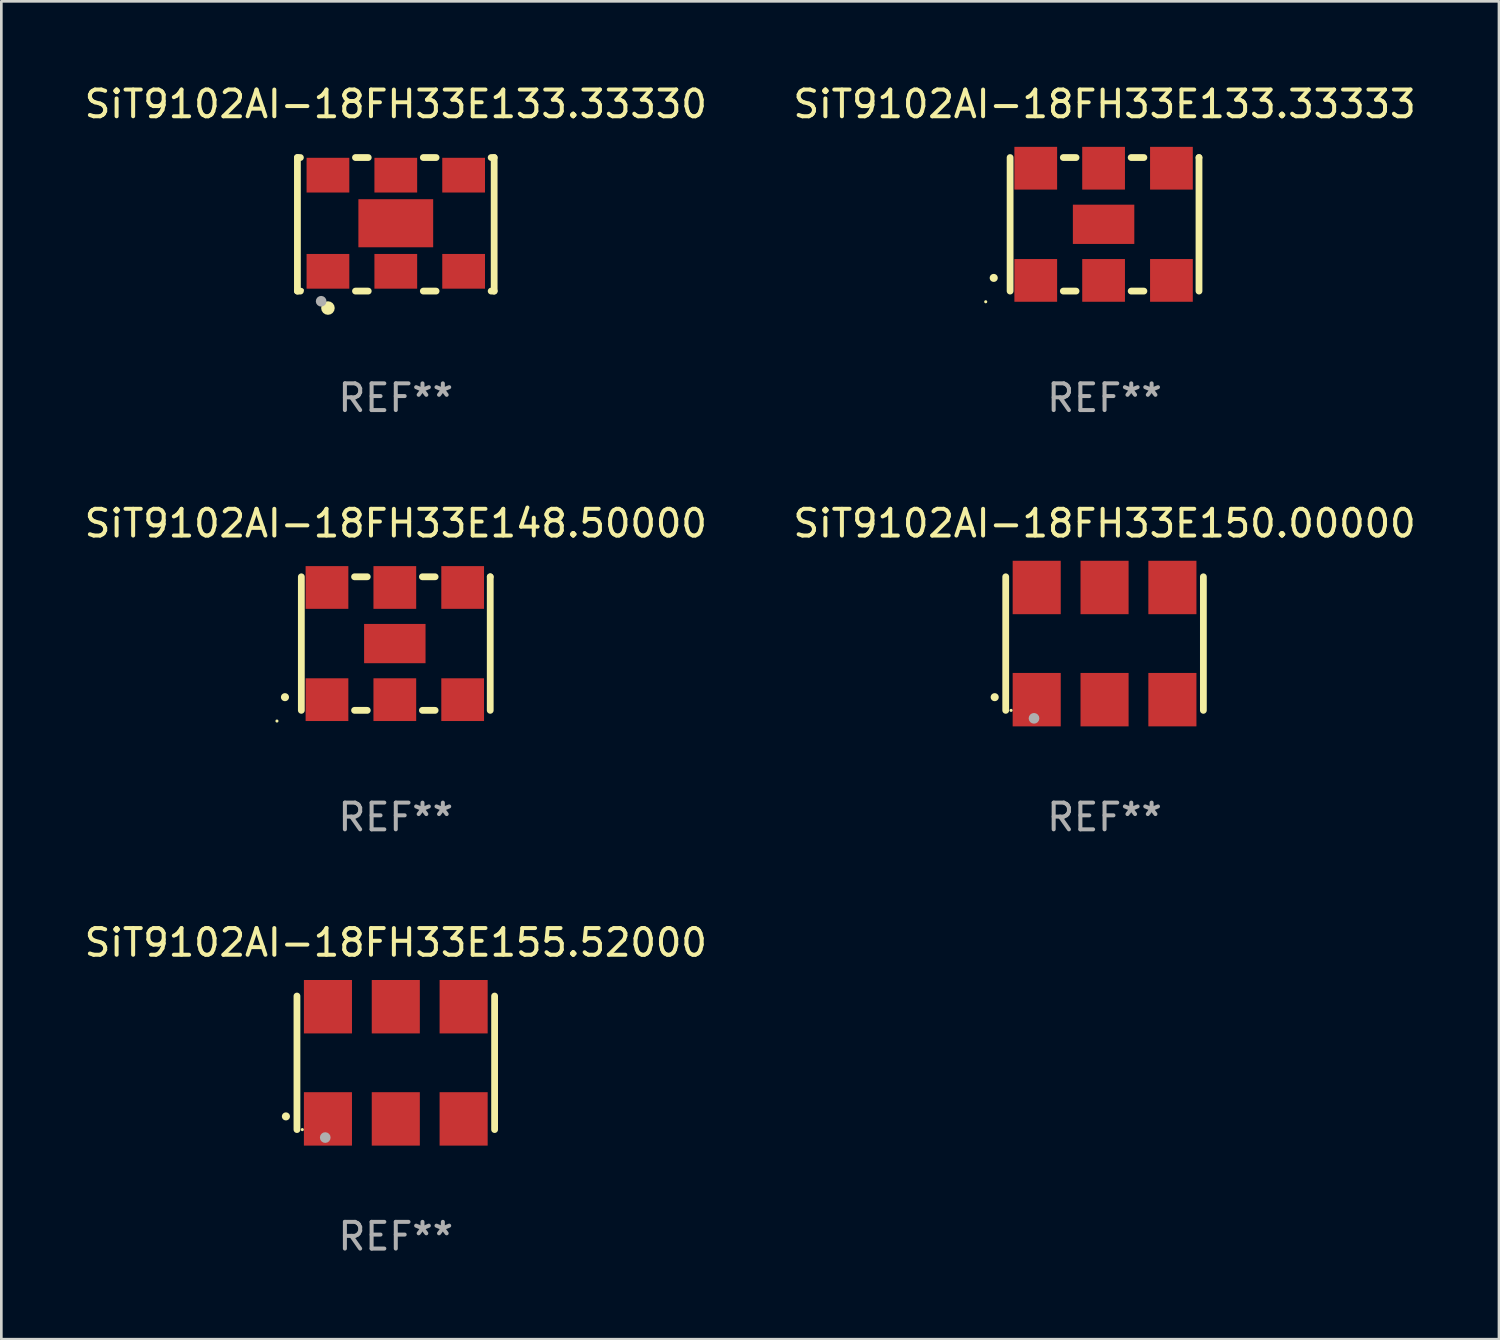
<source format=kicad_pcb>
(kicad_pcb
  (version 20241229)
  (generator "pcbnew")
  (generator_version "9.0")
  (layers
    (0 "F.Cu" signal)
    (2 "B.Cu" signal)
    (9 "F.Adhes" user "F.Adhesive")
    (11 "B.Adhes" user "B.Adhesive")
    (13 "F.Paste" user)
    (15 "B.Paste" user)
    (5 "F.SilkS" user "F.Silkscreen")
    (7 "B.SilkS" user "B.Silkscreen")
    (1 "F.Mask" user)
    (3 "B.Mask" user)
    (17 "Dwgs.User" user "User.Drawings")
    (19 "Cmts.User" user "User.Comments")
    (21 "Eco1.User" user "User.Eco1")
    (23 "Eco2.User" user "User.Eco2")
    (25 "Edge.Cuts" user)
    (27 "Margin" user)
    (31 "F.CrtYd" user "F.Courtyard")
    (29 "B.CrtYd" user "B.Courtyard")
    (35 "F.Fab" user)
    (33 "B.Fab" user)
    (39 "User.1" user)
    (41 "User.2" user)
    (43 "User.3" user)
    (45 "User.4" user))
  (footprint "SiT9102AI-18FH33E133.33330"
    (layer "F.Cu")
    (at 11.768 5.348)
    (property "Reference" "SiT9102AI-18FH33E133.33330" (at 0 -4.5 0) (layer "F.SilkS") (effects (font (size 1 1) (thickness 0.15))))
    (attr through_hole)
    (fp_line (start -3.683 -2.5) (end -3.571 -2.5) (stroke (width 0.254) (type solid)) (layer "F.SilkS"))
    (fp_line (start -3.683 2.5) (end -3.683 -2.5) (stroke (width 0.254) (type solid)) (layer "F.SilkS"))
    (fp_line (start -3.683 2.5) (end -3.571 2.5) (stroke (width 0.254) (type solid)) (layer "F.SilkS"))
    (fp_line (start -1.509 -2.5) (end -1.031 -2.5) (stroke (width 0.254) (type solid)) (layer "F.SilkS"))
    (fp_line (start -1.509 2.5) (end -1.031 2.5) (stroke (width 0.254) (type solid)) (layer "F.SilkS"))
    (fp_line (start 1.031 -2.5) (end 1.509 -2.5) (stroke (width 0.254) (type solid)) (layer "F.SilkS"))
    (fp_line (start 1.031 2.5) (end 1.509 2.5) (stroke (width 0.254) (type solid)) (layer "F.SilkS"))
    (fp_line (start 3.571 -2.5) (end 3.683 -2.5) (stroke (width 0.254) (type solid)) (layer "F.SilkS"))
    (fp_line (start 3.571 2.5) (end 3.683 2.5) (stroke (width 0.254) (type solid)) (layer "F.SilkS"))
    (fp_line (start 3.683 2.5) (end 3.683 -2.5) (stroke (width 0.254) (type solid)) (layer "F.SilkS"))
    (fp_circle (center -3.5 2.46) (end -3.47 2.46) (stroke (width 0.06) (type solid)) (fill no) (layer "F.SilkS"))
    (fp_circle (center -2.54 3.135) (end -2.413 3.135) (stroke (width 0.254) (type solid)) (fill no) (layer "F.SilkS"))
    (fp_circle (center -2.794 2.881) (end -2.694 2.881) (stroke (width 0.2) (type solid)) (fill no) (layer "F.Fab"))
    (fp_text user "REF**" (at 0 6.5 0) (layer "F.Fab") (effects (font (size 1 1) (thickness 0.15))))
    (pad "1" smd rect (at -2.54 1.76) (size 1.6 1.3) (layers "F.Cu" "F.Mask" "F.Paste"))
    (pad "2" smd rect (at 0 1.76) (size 1.6 1.3) (layers "F.Cu" "F.Mask" "F.Paste"))
    (pad "3" smd rect (at 2.54 1.76) (size 1.6 1.3) (layers "F.Cu" "F.Mask" "F.Paste"))
    (pad "4" smd rect (at 2.54 -1.84) (size 1.6 1.3) (layers "F.Cu" "F.Mask" "F.Paste"))
    (pad "5" smd rect (at 0 -1.84) (size 1.6 1.3) (layers "F.Cu" "F.Mask" "F.Paste"))
    (pad "6" smd rect (at -2.54 -1.84) (size 1.6 1.3) (layers "F.Cu" "F.Mask" "F.Paste"))
    (pad "7" smd rect (at 0 -0.04) (size 2.8 1.8) (layers "F.Cu" "F.Mask" "F.Paste")))
  (footprint "SiT9102AI-18FH33E133.33333"
    (layer "F.Cu")
    (at 38.304 5.348)
    (property "Reference" "SiT9102AI-18FH33E133.33333" (at 0 -4.5 0) (layer "F.SilkS") (effects (font (size 1 1) (thickness 0.15))))
    (attr through_hole)
    (fp_line (start -3.536 -2.5) (end -3.536 2.5) (stroke (width 0.254) (type solid)) (layer "F.SilkS"))
    (fp_line (start -1.544 2.5) (end -1.067 2.5) (stroke (width 0.254) (type solid)) (layer "F.SilkS"))
    (fp_line (start -1.067 -2.5) (end -1.544 -2.5) (stroke (width 0.254) (type solid)) (layer "F.SilkS"))
    (fp_line (start 0.996 2.5) (end 1.473 2.5) (stroke (width 0.254) (type solid)) (layer "F.SilkS"))
    (fp_line (start 1.473 -2.5) (end 0.996 -2.5) (stroke (width 0.254) (type solid)) (layer "F.SilkS"))
    (fp_line (start 3.536 -2.5) (end 3.536 -2.5) (stroke (width 0.254) (type solid)) (layer "F.SilkS"))
    (fp_line (start 3.536 2.5) (end 3.536 -2.5) (stroke (width 0.254) (type solid)) (layer "F.SilkS"))
    (fp_arc (start -4.150432 2.006604) (mid -4.149162 2.006599) (end -4.147892 2.006604) (stroke (width 0.3) (type solid)) (layer "F.SilkS"))
    (fp_circle (center -4.449 2.9) (end -4.419 2.9) (stroke (width 0.06) (type solid)) (fill no) (layer "F.SilkS"))
    (fp_text user "REF**" (at 0 6.5 0) (layer "F.Fab") (effects (font (size 1 1) (thickness 0.15))))
    (pad "1" smd rect (at -2.576 2.1) (size 1.6 1.6) (layers "F.Cu" "F.Mask" "F.Paste"))
    (pad "2" smd rect (at -0.036 2.1) (size 1.6 1.6) (layers "F.Cu" "F.Mask" "F.Paste"))
    (pad "3" smd rect (at 2.504 2.1) (size 1.6 1.6) (layers "F.Cu" "F.Mask" "F.Paste"))
    (pad "4" smd rect (at 2.504 -2.1) (size 1.6 1.6) (layers "F.Cu" "F.Mask" "F.Paste"))
    (pad "5" smd rect (at -0.036 -2.1) (size 1.6 1.6) (layers "F.Cu" "F.Mask" "F.Paste"))
    (pad "6" smd rect (at -2.576 -2.1) (size 1.6 1.6) (layers "F.Cu" "F.Mask" "F.Paste"))
    (pad "7" smd rect (at -0.036 0) (size 2.3 1.47) (layers "F.Cu" "F.Mask" "F.Paste")))
  (footprint "SiT9102AI-18FH33E148.50000"
    (layer "F.Cu")
    (at 11.768 21.045)
    (property "Reference" "SiT9102AI-18FH33E148.50000" (at 0 -4.5 0) (layer "F.SilkS") (effects (font (size 1 1) (thickness 0.15))))
    (attr through_hole)
    (fp_line (start -3.536 -2.5) (end -3.536 2.5) (stroke (width 0.254) (type solid)) (layer "F.SilkS"))
    (fp_line (start -1.544 2.5) (end -1.067 2.5) (stroke (width 0.254) (type solid)) (layer "F.SilkS"))
    (fp_line (start -1.067 -2.5) (end -1.544 -2.5) (stroke (width 0.254) (type solid)) (layer "F.SilkS"))
    (fp_line (start 0.996 2.5) (end 1.473 2.5) (stroke (width 0.254) (type solid)) (layer "F.SilkS"))
    (fp_line (start 1.473 -2.5) (end 0.996 -2.5) (stroke (width 0.254) (type solid)) (layer "F.SilkS"))
    (fp_line (start 3.536 -2.5) (end 3.536 -2.5) (stroke (width 0.254) (type solid)) (layer "F.SilkS"))
    (fp_line (start 3.536 2.5) (end 3.536 -2.5) (stroke (width 0.254) (type solid)) (layer "F.SilkS"))
    (fp_arc (start -4.150432 2.006604) (mid -4.149162 2.006599) (end -4.147892 2.006604) (stroke (width 0.3) (type solid)) (layer "F.SilkS"))
    (fp_circle (center -4.449 2.9) (end -4.419 2.9) (stroke (width 0.06) (type solid)) (fill no) (layer "F.SilkS"))
    (fp_text user "REF**" (at 0 6.5 0) (layer "F.Fab") (effects (font (size 1 1) (thickness 0.15))))
    (pad "1" smd rect (at -2.576 2.1) (size 1.6 1.6) (layers "F.Cu" "F.Mask" "F.Paste"))
    (pad "2" smd rect (at -0.036 2.1) (size 1.6 1.6) (layers "F.Cu" "F.Mask" "F.Paste"))
    (pad "3" smd rect (at 2.504 2.1) (size 1.6 1.6) (layers "F.Cu" "F.Mask" "F.Paste"))
    (pad "4" smd rect (at 2.504 -2.1) (size 1.6 1.6) (layers "F.Cu" "F.Mask" "F.Paste"))
    (pad "5" smd rect (at -0.036 -2.1) (size 1.6 1.6) (layers "F.Cu" "F.Mask" "F.Paste"))
    (pad "6" smd rect (at -2.576 -2.1) (size 1.6 1.6) (layers "F.Cu" "F.Mask" "F.Paste"))
    (pad "7" smd rect (at -0.036 0) (size 2.3 1.47) (layers "F.Cu" "F.Mask" "F.Paste")))
  (footprint "SiT9102AI-18FH33E155.52000"
    (layer "F.Cu")
    (at 11.768 36.741)
    (property "Reference" "SiT9102AI-18FH33E155.52000" (at 0 -4.5 0) (layer "F.SilkS") (effects (font (size 1 1) (thickness 0.15))))
    (attr through_hole)
    (fp_line (start -3.7 -2.5) (end -3.7 2.5) (stroke (width 0.254) (type solid)) (layer "F.SilkS"))
    (fp_line (start 3.7 -2.5) (end 3.7 2.5) (stroke (width 0.254) (type solid)) (layer "F.SilkS"))
    (fp_arc (start -4.114415 2.006604) (mid -4.113145 2.006599) (end -4.111875 2.006604) (stroke (width 0.3) (type solid)) (layer "F.SilkS"))
    (fp_circle (center -3.5 2.501) (end -3.47 2.501) (stroke (width 0.06) (type solid)) (fill no) (layer "F.SilkS"))
    (fp_circle (center -2.641 2.799) (end -2.541 2.799) (stroke (width 0.2) (type solid)) (fill no) (layer "F.Fab"))
    (fp_text user "REF**" (at 0 6.5 0) (layer "F.Fab") (effects (font (size 1 1) (thickness 0.15))))
    (pad "1" smd rect (at -2.54 2.1) (size 1.8 2) (layers "F.Cu" "F.Mask" "F.Paste"))
    (pad "2" smd rect (at 0.000394 2.1) (size 1.8 2) (layers "F.Cu" "F.Mask" "F.Paste"))
    (pad "3" smd rect (at 2.54 2.1) (size 1.8 2) (layers "F.Cu" "F.Mask" "F.Paste"))
    (pad "4" smd rect (at 2.54 -2.1) (size 1.8 2) (layers "F.Cu" "F.Mask" "F.Paste"))
    (pad "5" smd rect (at 0.000394 -2.1) (size 1.8 2) (layers "F.Cu" "F.Mask" "F.Paste"))
    (pad "6" smd rect (at -2.54 -2.1) (size 1.8 2) (layers "F.Cu" "F.Mask" "F.Paste")))
  (footprint "SiT9102AI-18FH33E150.00000"
    (layer "F.Cu")
    (at 38.304 21.045)
    (property "Reference" "SiT9102AI-18FH33E150.00000" (at 0 -4.5 0) (layer "F.SilkS") (effects (font (size 1 1) (thickness 0.15))))
    (attr through_hole)
    (fp_line (start -3.7 -2.5) (end -3.7 2.5) (stroke (width 0.254) (type solid)) (layer "F.SilkS"))
    (fp_line (start 3.7 -2.5) (end 3.7 2.5) (stroke (width 0.254) (type solid)) (layer "F.SilkS"))
    (fp_arc (start -4.114415 2.006604) (mid -4.113145 2.006599) (end -4.111875 2.006604) (stroke (width 0.3) (type solid)) (layer "F.SilkS"))
    (fp_circle (center -3.5 2.501) (end -3.47 2.501) (stroke (width 0.06) (type solid)) (fill no) (layer "F.SilkS"))
    (fp_circle (center -2.641 2.799) (end -2.541 2.799) (stroke (width 0.2) (type solid)) (fill no) (layer "F.Fab"))
    (fp_text user "REF**" (at 0 6.5 0) (layer "F.Fab") (effects (font (size 1 1) (thickness 0.15))))
    (pad "1" smd rect (at -2.54 2.1) (size 1.8 2) (layers "F.Cu" "F.Mask" "F.Paste"))
    (pad "2" smd rect (at 0.000394 2.1) (size 1.8 2) (layers "F.Cu" "F.Mask" "F.Paste"))
    (pad "3" smd rect (at 2.54 2.1) (size 1.8 2) (layers "F.Cu" "F.Mask" "F.Paste"))
    (pad "4" smd rect (at 2.54 -2.1) (size 1.8 2) (layers "F.Cu" "F.Mask" "F.Paste"))
    (pad "5" smd rect (at 0.000394 -2.1) (size 1.8 2) (layers "F.Cu" "F.Mask" "F.Paste"))
    (pad "6" smd rect (at -2.54 -2.1) (size 1.8 2) (layers "F.Cu" "F.Mask" "F.Paste")))
  (gr_rect
    (start -3 -3)
    (end 53.071 47.09)
    (stroke (width 0.1) (type default))
    (fill no)
    (layer "Edge.Cuts")))
</source>
